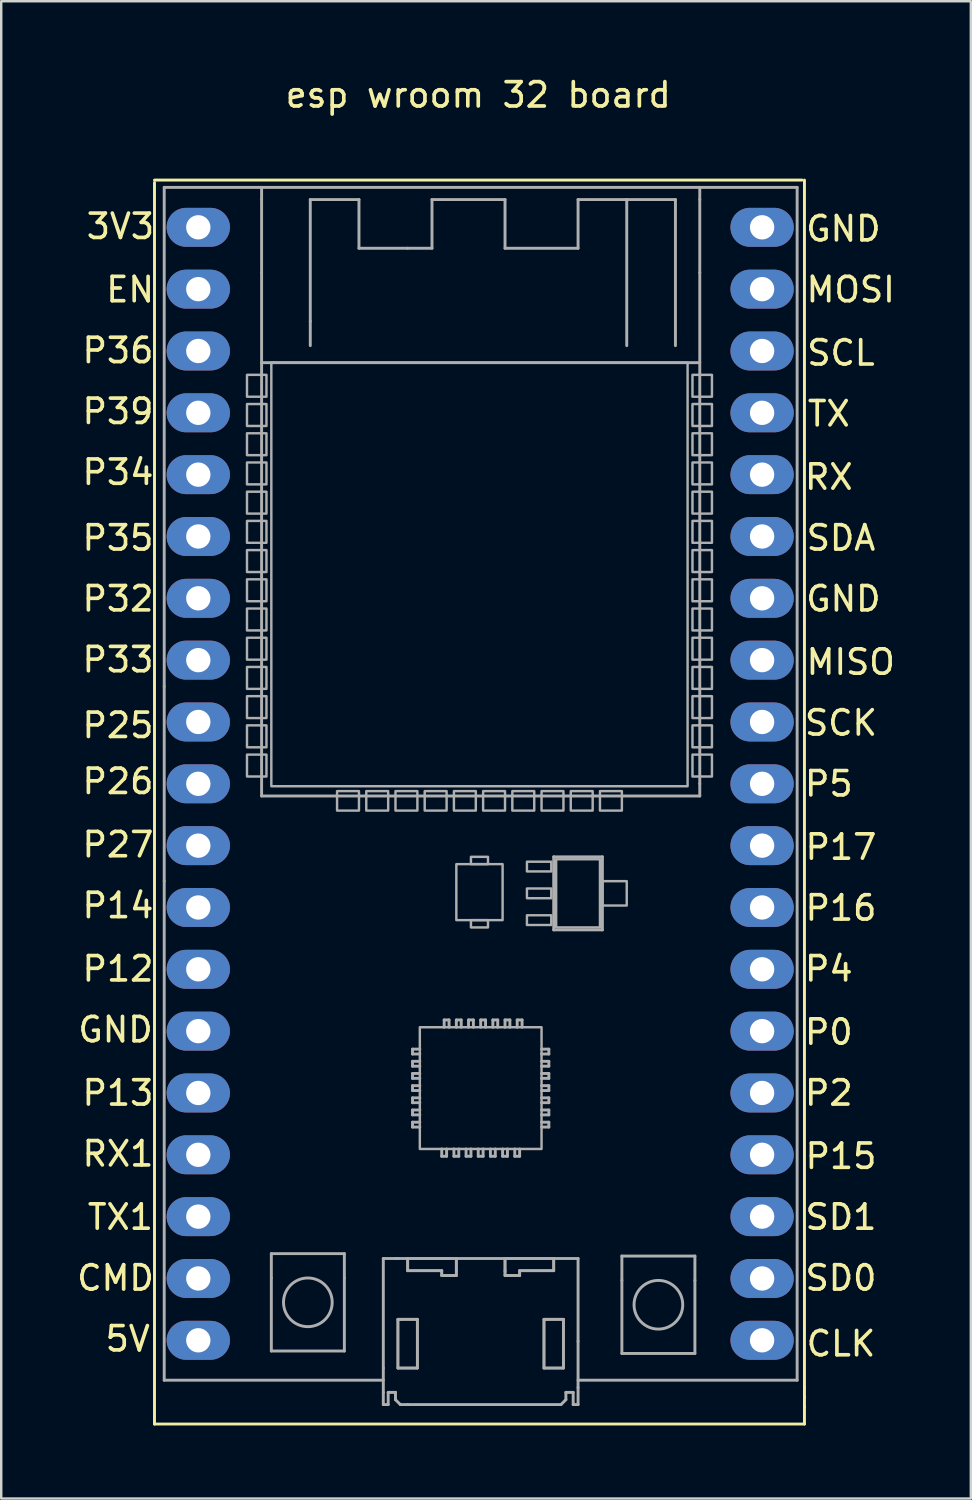
<source format=kicad_pcb>
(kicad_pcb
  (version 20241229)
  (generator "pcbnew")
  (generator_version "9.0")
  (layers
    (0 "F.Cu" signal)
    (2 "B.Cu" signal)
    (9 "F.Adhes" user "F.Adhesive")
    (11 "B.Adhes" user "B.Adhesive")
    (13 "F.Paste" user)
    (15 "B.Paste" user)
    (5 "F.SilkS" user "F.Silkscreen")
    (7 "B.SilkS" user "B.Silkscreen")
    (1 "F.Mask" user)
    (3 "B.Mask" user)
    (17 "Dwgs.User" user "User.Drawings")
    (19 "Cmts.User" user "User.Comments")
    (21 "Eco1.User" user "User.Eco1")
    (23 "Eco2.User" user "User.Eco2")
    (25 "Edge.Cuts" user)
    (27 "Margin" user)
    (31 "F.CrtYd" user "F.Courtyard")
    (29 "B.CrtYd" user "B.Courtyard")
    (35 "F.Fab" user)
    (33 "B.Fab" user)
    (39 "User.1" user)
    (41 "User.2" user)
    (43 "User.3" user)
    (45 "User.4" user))
  (footprint "esp wroom 32 board"
    (layer "F.Cu")
    (at 16.596 28.948)
    (property "Reference" "esp wroom 32 board" (at 0 -28.1 0) (layer "F.SilkS") (effects (font (size 1 1) (thickness 0.15))))
    (attr through_hole)
    (fp_line (start -13.3 -24.6) (end 13.3 -24.6) (stroke (width 0.12) (type solid)) (layer "F.SilkS"))
    (fp_line (start -13.3 26.5) (end -13.3 -24.5) (stroke (width 0.12) (type solid)) (layer "F.SilkS"))
    (fp_line (start 13.4 -24.6) (end 13.4 25) (stroke (width 0.12) (type solid)) (layer "F.SilkS"))
    (fp_line (start 13.4 25) (end 13.4 25.4) (stroke (width 0.12) (type solid)) (layer "F.SilkS"))
    (fp_line (start 13.4 25.4) (end 13.4 25.8) (stroke (width 0.12) (type solid)) (layer "F.SilkS"))
    (fp_line (start 13.4 25.8) (end 13.4 26.5) (stroke (width 0.12) (type solid)) (layer "F.SilkS"))
    (fp_line (start 13.4 26.5) (end -13.3 26.5) (stroke (width 0.12) (type solid)) (layer "F.SilkS"))
    (fp_line (start -13.3 -24.5) (end -13.3 -24.6) (stroke (width 0.12) (type solid)) (layer "B.Paste"))
    (fp_line (start 13.3 -24.6) (end 13.4 -24.6) (stroke (width 0.12) (type solid)) (layer "B.Paste"))
    (fp_line (start -12.9 -24.3) (end -12.9 -3.8) (stroke (width 0.12) (type solid)) (layer "F.Fab"))
    (fp_line (start -12.9 -3.8) (end -12.9 4.2) (stroke (width 0.12) (type solid)) (layer "F.Fab"))
    (fp_line (start -12.9 24.7) (end -12.9 4.2) (stroke (width 0.12) (type solid)) (layer "F.Fab"))
    (fp_line (start -12.9 24.7) (end -3.9 24.7) (stroke (width 0.12) (type solid)) (layer "F.Fab"))
    (fp_line (start -8.9 -23.8) (end -8.9 -24.3) (stroke (width 0.12) (type solid)) (layer "F.Fab"))
    (fp_line (start -8.9 -23.8) (end -8.9 -20.8) (stroke (width 0.12) (type solid)) (layer "F.Fab"))
    (fp_line (start -8.9 -20.8) (end -8.9 -0.8) (stroke (width 0.12) (type solid)) (layer "F.Fab"))
    (fp_line (start -8.9 -0.8) (end -8.9 0.7) (stroke (width 0.12) (type solid)) (layer "F.Fab"))
    (fp_line (start -8.9 0.7) (end 9.1 0.7) (stroke (width 0.12) (type solid)) (layer "F.Fab"))
    (fp_line (start -8.5 19.5) (end -8.5 20.5) (stroke (width 0.12) (type solid)) (layer "F.Fab"))
    (fp_line (start -8.5 19.5) (end -5.5 19.5) (stroke (width 0.12) (type solid)) (layer "F.Fab"))
    (fp_line (start -8.5 23.5) (end -8.5 20.5) (stroke (width 0.12) (type solid)) (layer "F.Fab"))
    (fp_line (start -8.4 -17.1) (end -8.9 -17.1) (stroke (width 0.12) (type solid)) (layer "F.Fab"))
    (fp_line (start -8.4 -17.1) (end 9.1 -17.1) (stroke (width 0.12) (type solid)) (layer "F.Fab"))
    (fp_line (start -6.9 -23.8) (end -4.9 -23.8) (stroke (width 0.12) (type solid)) (layer "F.Fab"))
    (fp_line (start -6.9 -18.8) (end -6.9 -23.8) (stroke (width 0.12) (type solid)) (layer "F.Fab"))
    (fp_line (start -6.9 -18.8) (end -6.9 -17.8) (stroke (width 0.12) (type solid)) (layer "F.Fab"))
    (fp_line (start -5.5 19.5) (end -5.5 20.5) (stroke (width 0.12) (type solid)) (layer "F.Fab"))
    (fp_line (start -5.5 20.5) (end -5.5 23.5) (stroke (width 0.12) (type solid)) (layer "F.Fab"))
    (fp_line (start -5.5 23.5) (end -8.5 23.5) (stroke (width 0.12) (type solid)) (layer "F.Fab"))
    (fp_line (start -4.9 -23.8) (end -4.9 -21.8) (stroke (width 0.12) (type solid)) (layer "F.Fab"))
    (fp_line (start -4.9 -21.8) (end -2.9 -21.8) (stroke (width 0.12) (type solid)) (layer "F.Fab"))
    (fp_line (start -3.9 19.7) (end -3.9 24.2) (stroke (width 0.12) (type solid)) (layer "F.Fab"))
    (fp_line (start -3.9 24.2) (end -3.9 25.2) (stroke (width 0.12) (type solid)) (layer "F.Fab"))
    (fp_line (start -3.9 25.7) (end -3.9 25.2) (stroke (width 0.12) (type solid)) (layer "F.Fab"))
    (fp_line (start -3.9 25.7) (end -3.7 25.7) (stroke (width 0.12) (type solid)) (layer "F.Fab"))
    (fp_line (start -3.7 25.2) (end -3.4 25.2) (stroke (width 0.12) (type solid)) (layer "F.Fab"))
    (fp_line (start -3.7 25.7) (end -3.7 25.2) (stroke (width 0.12) (type solid)) (layer "F.Fab"))
    (fp_line (start -3.4 19.7) (end -3.9 19.7) (stroke (width 0.12) (type solid)) (layer "F.Fab"))
    (fp_line (start -3.4 25.2) (end -3.4 25.5) (stroke (width 0.12) (type solid)) (layer "F.Fab"))
    (fp_line (start -3.4 25.5) (end -3.2 25.7) (stroke (width 0.12) (type solid)) (layer "F.Fab"))
    (fp_line (start -3.3 19.7) (end -3.4 19.7) (stroke (width 0.12) (type solid)) (layer "F.Fab"))
    (fp_line (start -3.3 19.7) (end 4.1 19.7) (stroke (width 0.12) (type solid)) (layer "F.Fab"))
    (fp_line (start -3.3 22.2) (end -3.2 22.2) (stroke (width 0.12) (type solid)) (layer "F.Fab"))
    (fp_line (start -3.3 24.2) (end -3.3 22.2) (stroke (width 0.12) (type solid)) (layer "F.Fab"))
    (fp_line (start -3.2 22.2) (end -2.5 22.2) (stroke (width 0.12) (type solid)) (layer "F.Fab"))
    (fp_line (start -2.9 -21.8) (end -1.9 -21.8) (stroke (width 0.12) (type solid)) (layer "F.Fab"))
    (fp_line (start -2.9 19.7) (end -2.9 20.2) (stroke (width 0.12) (type solid)) (layer "F.Fab"))
    (fp_line (start -2.9 20.2) (end -1.5 20.2) (stroke (width 0.12) (type solid)) (layer "F.Fab"))
    (fp_line (start -2.9 25.7) (end -3.2 25.7) (stroke (width 0.12) (type solid)) (layer "F.Fab"))
    (fp_line (start -2.9 25.7) (end 3.4 25.7) (stroke (width 0.12) (type solid)) (layer "F.Fab"))
    (fp_line (start -2.7 11.3) (end -2.7 11.1) (stroke (width 0.12) (type solid)) (layer "F.Fab"))
    (fp_line (start -2.7 11.8) (end -2.7 11.6) (stroke (width 0.12) (type solid)) (layer "F.Fab"))
    (fp_line (start -2.7 12.3) (end -2.7 12.1) (stroke (width 0.12) (type solid)) (layer "F.Fab"))
    (fp_line (start -2.7 12.8) (end -2.7 12.6) (stroke (width 0.12) (type solid)) (layer "F.Fab"))
    (fp_line (start -2.7 13.3) (end -2.7 13.1) (stroke (width 0.12) (type solid)) (layer "F.Fab"))
    (fp_line (start -2.7 13.8) (end -2.7 13.6) (stroke (width 0.12) (type solid)) (layer "F.Fab"))
    (fp_line (start -2.7 14.3) (end -2.7 14.1) (stroke (width 0.12) (type solid)) (layer "F.Fab"))
    (fp_line (start -2.5 22.2) (end -2.5 24.2) (stroke (width 0.12) (type solid)) (layer "F.Fab"))
    (fp_line (start -2.5 24.2) (end -3.3 24.2) (stroke (width 0.12) (type solid)) (layer "F.Fab"))
    (fp_line (start -2.4 11.1) (end -2.7 11.1) (stroke (width 0.12) (type solid)) (layer "F.Fab"))
    (fp_line (start -2.4 11.3) (end -2.7 11.3) (stroke (width 0.12) (type solid)) (layer "F.Fab"))
    (fp_line (start -2.4 11.6) (end -2.7 11.6) (stroke (width 0.12) (type solid)) (layer "F.Fab"))
    (fp_line (start -2.4 11.8) (end -2.7 11.8) (stroke (width 0.12) (type solid)) (layer "F.Fab"))
    (fp_line (start -2.4 12.1) (end -2.7 12.1) (stroke (width 0.12) (type solid)) (layer "F.Fab"))
    (fp_line (start -2.4 12.3) (end -2.7 12.3) (stroke (width 0.12) (type solid)) (layer "F.Fab"))
    (fp_line (start -2.4 12.6) (end -2.7 12.6) (stroke (width 0.12) (type solid)) (layer "F.Fab"))
    (fp_line (start -2.4 12.8) (end -2.7 12.8) (stroke (width 0.12) (type solid)) (layer "F.Fab"))
    (fp_line (start -2.4 13.1) (end -2.7 13.1) (stroke (width 0.12) (type solid)) (layer "F.Fab"))
    (fp_line (start -2.4 13.3) (end -2.7 13.3) (stroke (width 0.12) (type solid)) (layer "F.Fab"))
    (fp_line (start -2.4 13.6) (end -2.7 13.6) (stroke (width 0.12) (type solid)) (layer "F.Fab"))
    (fp_line (start -2.4 13.8) (end -2.7 13.8) (stroke (width 0.12) (type solid)) (layer "F.Fab"))
    (fp_line (start -2.4 14.1) (end -2.7 14.1) (stroke (width 0.12) (type solid)) (layer "F.Fab"))
    (fp_line (start -2.4 14.3) (end -2.7 14.3) (stroke (width 0.12) (type solid)) (layer "F.Fab"))
    (fp_line (start -1.9 -23.8) (end 1.1 -23.8) (stroke (width 0.12) (type solid)) (layer "F.Fab"))
    (fp_line (start -1.9 -21.8) (end -1.9 -23.8) (stroke (width 0.12) (type solid)) (layer "F.Fab"))
    (fp_line (start -1.5 15.2) (end -1.5 15.5) (stroke (width 0.12) (type solid)) (layer "F.Fab"))
    (fp_line (start -1.5 20.2) (end -1.5 20.4) (stroke (width 0.12) (type solid)) (layer "F.Fab"))
    (fp_line (start -1.5 20.4) (end -0.9 20.4) (stroke (width 0.12) (type solid)) (layer "F.Fab"))
    (fp_line (start -1.4 9.9) (end -1.2 9.9) (stroke (width 0.12) (type solid)) (layer "F.Fab"))
    (fp_line (start -1.4 10.2) (end -1.4 9.9) (stroke (width 0.12) (type solid)) (layer "F.Fab"))
    (fp_line (start -1.3 15.2) (end -1.3 15.5) (stroke (width 0.12) (type solid)) (layer "F.Fab"))
    (fp_line (start -1.3 15.5) (end -1.5 15.5) (stroke (width 0.12) (type solid)) (layer "F.Fab"))
    (fp_line (start -1.2 10.2) (end -1.2 9.9) (stroke (width 0.12) (type solid)) (layer "F.Fab"))
    (fp_line (start -1 15.2) (end -1 15.5) (stroke (width 0.12) (type solid)) (layer "F.Fab"))
    (fp_line (start -0.9 9.9) (end -0.7 9.9) (stroke (width 0.12) (type solid)) (layer "F.Fab"))
    (fp_line (start -0.9 10.2) (end -0.9 9.9) (stroke (width 0.12) (type solid)) (layer "F.Fab"))
    (fp_line (start -0.9 20.2) (end -0.9 19.7) (stroke (width 0.12) (type solid)) (layer "F.Fab"))
    (fp_line (start -0.9 20.4) (end -0.9 20.2) (stroke (width 0.12) (type solid)) (layer "F.Fab"))
    (fp_line (start -0.8 15.2) (end -0.8 15.5) (stroke (width 0.12) (type solid)) (layer "F.Fab"))
    (fp_line (start -0.8 15.5) (end -1 15.5) (stroke (width 0.12) (type solid)) (layer "F.Fab"))
    (fp_line (start -0.7 10.2) (end -0.7 9.9) (stroke (width 0.12) (type solid)) (layer "F.Fab"))
    (fp_line (start -0.5 15.2) (end -0.5 15.5) (stroke (width 0.12) (type solid)) (layer "F.Fab"))
    (fp_line (start -0.4 9.9) (end -0.2 9.9) (stroke (width 0.12) (type solid)) (layer "F.Fab"))
    (fp_line (start -0.4 10.2) (end -0.4 9.9) (stroke (width 0.12) (type solid)) (layer "F.Fab"))
    (fp_line (start -0.3 15.2) (end -0.3 15.5) (stroke (width 0.12) (type solid)) (layer "F.Fab"))
    (fp_line (start -0.3 15.5) (end -0.5 15.5) (stroke (width 0.12) (type solid)) (layer "F.Fab"))
    (fp_line (start -0.2 10.2) (end -0.2 9.9) (stroke (width 0.12) (type solid)) (layer "F.Fab"))
    (fp_line (start 0 15.2) (end 0 15.5) (stroke (width 0.12) (type solid)) (layer "F.Fab"))
    (fp_line (start 0.1 9.9) (end 0.3 9.9) (stroke (width 0.12) (type solid)) (layer "F.Fab"))
    (fp_line (start 0.1 10.2) (end 0.1 9.9) (stroke (width 0.12) (type solid)) (layer "F.Fab"))
    (fp_line (start 0.2 15.2) (end 0.2 15.5) (stroke (width 0.12) (type solid)) (layer "F.Fab"))
    (fp_line (start 0.2 15.5) (end 0 15.5) (stroke (width 0.12) (type solid)) (layer "F.Fab"))
    (fp_line (start 0.3 10.2) (end 0.3 9.9) (stroke (width 0.12) (type solid)) (layer "F.Fab"))
    (fp_line (start 0.5 15.2) (end 0.5 15.5) (stroke (width 0.12) (type solid)) (layer "F.Fab"))
    (fp_line (start 0.6 9.9) (end 0.8 9.9) (stroke (width 0.12) (type solid)) (layer "F.Fab"))
    (fp_line (start 0.6 10.2) (end 0.6 9.9) (stroke (width 0.12) (type solid)) (layer "F.Fab"))
    (fp_line (start 0.7 15.2) (end 0.7 15.5) (stroke (width 0.12) (type solid)) (layer "F.Fab"))
    (fp_line (start 0.7 15.5) (end 0.5 15.5) (stroke (width 0.12) (type solid)) (layer "F.Fab"))
    (fp_line (start 0.8 10.2) (end 0.8 9.9) (stroke (width 0.12) (type solid)) (layer "F.Fab"))
    (fp_line (start 1 15.2) (end 1 15.5) (stroke (width 0.12) (type solid)) (layer "F.Fab"))
    (fp_line (start 1.1 -23.8) (end 1.1 -21.8) (stroke (width 0.12) (type solid)) (layer "F.Fab"))
    (fp_line (start 1.1 -21.8) (end 4.1 -21.8) (stroke (width 0.12) (type solid)) (layer "F.Fab"))
    (fp_line (start 1.1 9.9) (end 1.3 9.9) (stroke (width 0.12) (type solid)) (layer "F.Fab"))
    (fp_line (start 1.1 10.2) (end 1.1 9.9) (stroke (width 0.12) (type solid)) (layer "F.Fab"))
    (fp_line (start 1.1 19.7) (end 1.1 20.2) (stroke (width 0.12) (type solid)) (layer "F.Fab"))
    (fp_line (start 1.1 20.2) (end 1.1 20.4) (stroke (width 0.12) (type solid)) (layer "F.Fab"))
    (fp_line (start 1.1 20.4) (end 1.7 20.4) (stroke (width 0.12) (type solid)) (layer "F.Fab"))
    (fp_line (start 1.2 15.2) (end 1.2 15.5) (stroke (width 0.12) (type solid)) (layer "F.Fab"))
    (fp_line (start 1.2 15.5) (end 1 15.5) (stroke (width 0.12) (type solid)) (layer "F.Fab"))
    (fp_line (start 1.3 10.2) (end 1.3 9.9) (stroke (width 0.12) (type solid)) (layer "F.Fab"))
    (fp_line (start 1.5 15.2) (end 1.5 15.5) (stroke (width 0.12) (type solid)) (layer "F.Fab"))
    (fp_line (start 1.6 9.9) (end 1.8 9.9) (stroke (width 0.12) (type solid)) (layer "F.Fab"))
    (fp_line (start 1.6 10.2) (end 1.6 9.9) (stroke (width 0.12) (type solid)) (layer "F.Fab"))
    (fp_line (start 1.7 15.2) (end 1.7 15.5) (stroke (width 0.12) (type solid)) (layer "F.Fab"))
    (fp_line (start 1.7 15.5) (end 1.5 15.5) (stroke (width 0.12) (type solid)) (layer "F.Fab"))
    (fp_line (start 1.7 20.2) (end 3.1 20.2) (stroke (width 0.12) (type solid)) (layer "F.Fab"))
    (fp_line (start 1.7 20.4) (end 1.7 20.2) (stroke (width 0.12) (type solid)) (layer "F.Fab"))
    (fp_line (start 1.8 10.2) (end 1.8 9.9) (stroke (width 0.12) (type solid)) (layer "F.Fab"))
    (fp_line (start 2.6 11.1) (end 2.9 11.1) (stroke (width 0.12) (type solid)) (layer "F.Fab"))
    (fp_line (start 2.6 11.3) (end 2.9 11.3) (stroke (width 0.12) (type solid)) (layer "F.Fab"))
    (fp_line (start 2.6 11.6) (end 2.9 11.6) (stroke (width 0.12) (type solid)) (layer "F.Fab"))
    (fp_line (start 2.6 11.8) (end 2.9 11.8) (stroke (width 0.12) (type solid)) (layer "F.Fab"))
    (fp_line (start 2.6 12.1) (end 2.9 12.1) (stroke (width 0.12) (type solid)) (layer "F.Fab"))
    (fp_line (start 2.6 12.3) (end 2.9 12.3) (stroke (width 0.12) (type solid)) (layer "F.Fab"))
    (fp_line (start 2.6 12.6) (end 2.9 12.6) (stroke (width 0.12) (type solid)) (layer "F.Fab"))
    (fp_line (start 2.6 12.8) (end 2.9 12.8) (stroke (width 0.12) (type solid)) (layer "F.Fab"))
    (fp_line (start 2.6 13.1) (end 2.9 13.1) (stroke (width 0.12) (type solid)) (layer "F.Fab"))
    (fp_line (start 2.6 13.3) (end 2.9 13.3) (stroke (width 0.12) (type solid)) (layer "F.Fab"))
    (fp_line (start 2.6 13.6) (end 2.9 13.6) (stroke (width 0.12) (type solid)) (layer "F.Fab"))
    (fp_line (start 2.6 13.8) (end 2.9 13.8) (stroke (width 0.12) (type solid)) (layer "F.Fab"))
    (fp_line (start 2.6 14.1) (end 2.9 14.1) (stroke (width 0.12) (type solid)) (layer "F.Fab"))
    (fp_line (start 2.6 14.3) (end 2.9 14.3) (stroke (width 0.12) (type solid)) (layer "F.Fab"))
    (fp_line (start 2.7 22.2) (end 2.8 22.2) (stroke (width 0.12) (type solid)) (layer "F.Fab"))
    (fp_line (start 2.7 24.2) (end 2.7 22.2) (stroke (width 0.12) (type solid)) (layer "F.Fab"))
    (fp_line (start 2.8 22.2) (end 3.5 22.2) (stroke (width 0.12) (type solid)) (layer "F.Fab"))
    (fp_line (start 2.9 11.1) (end 2.9 11.3) (stroke (width 0.12) (type solid)) (layer "F.Fab"))
    (fp_line (start 2.9 11.6) (end 2.9 11.8) (stroke (width 0.12) (type solid)) (layer "F.Fab"))
    (fp_line (start 2.9 12.1) (end 2.9 12.3) (stroke (width 0.12) (type solid)) (layer "F.Fab"))
    (fp_line (start 2.9 12.6) (end 2.9 12.8) (stroke (width 0.12) (type solid)) (layer "F.Fab"))
    (fp_line (start 2.9 13.1) (end 2.9 13.3) (stroke (width 0.12) (type solid)) (layer "F.Fab"))
    (fp_line (start 2.9 13.6) (end 2.9 13.8) (stroke (width 0.12) (type solid)) (layer "F.Fab"))
    (fp_line (start 2.9 14.1) (end 2.9 14.3) (stroke (width 0.12) (type solid)) (layer "F.Fab"))
    (fp_line (start 3.1 3.2) (end 5.1 3.2) (stroke (width 0.12) (type solid)) (layer "F.Fab"))
    (fp_line (start 3.1 6.2) (end 3.1 3.2) (stroke (width 0.12) (type solid)) (layer "F.Fab"))
    (fp_line (start 3.1 20.2) (end 3.1 19.7) (stroke (width 0.12) (type solid)) (layer "F.Fab"))
    (fp_line (start 3.5 22.2) (end 3.5 24.2) (stroke (width 0.12) (type solid)) (layer "F.Fab"))
    (fp_line (start 3.5 24.2) (end 2.7 24.2) (stroke (width 0.12) (type solid)) (layer "F.Fab"))
    (fp_line (start 3.6 25.2) (end 3.6 25.5) (stroke (width 0.12) (type solid)) (layer "F.Fab"))
    (fp_line (start 3.6 25.5) (end 3.4 25.7) (stroke (width 0.12) (type solid)) (layer "F.Fab"))
    (fp_line (start 3.9 25.2) (end 3.6 25.2) (stroke (width 0.12) (type solid)) (layer "F.Fab"))
    (fp_line (start 3.9 25.7) (end 3.9 25.2) (stroke (width 0.12) (type solid)) (layer "F.Fab"))
    (fp_line (start 4.1 -23.8) (end 6.1 -23.8) (stroke (width 0.12) (type solid)) (layer "F.Fab"))
    (fp_line (start 4.1 -21.8) (end 4.1 -23.8) (stroke (width 0.12) (type solid)) (layer "F.Fab"))
    (fp_line (start 4.1 19.7) (end 4.1 23.1) (stroke (width 0.12) (type solid)) (layer "F.Fab"))
    (fp_line (start 4.1 23.1) (end 4.1 25) (stroke (width 0.12) (type solid)) (layer "F.Fab"))
    (fp_line (start 4.1 25.7) (end 3.9 25.7) (stroke (width 0.12) (type solid)) (layer "F.Fab"))
    (fp_line (start 4.1 25.7) (end 4.1 25) (stroke (width 0.12) (type solid)) (layer "F.Fab"))
    (fp_line (start 5.1 3.2) (end 5.1 6.2) (stroke (width 0.12) (type solid)) (layer "F.Fab"))
    (fp_line (start 5.1 6.2) (end 3.1 6.2) (stroke (width 0.12) (type solid)) (layer "F.Fab"))
    (fp_line (start 5.9 19.6) (end 5.9 20.6) (stroke (width 0.12) (type solid)) (layer "F.Fab"))
    (fp_line (start 5.9 19.6) (end 8.9 19.6) (stroke (width 0.12) (type solid)) (layer "F.Fab"))
    (fp_line (start 5.9 23.6) (end 5.9 20.6) (stroke (width 0.12) (type solid)) (layer "F.Fab"))
    (fp_line (start 6.1 -23.8) (end 6.1 -17.8) (stroke (width 0.12) (type solid)) (layer "F.Fab"))
    (fp_line (start 6.1 -23.8) (end 8.1 -23.8) (stroke (width 0.12) (type solid)) (layer "F.Fab"))
    (fp_line (start 8.1 -23.8) (end 8.1 -17.8) (stroke (width 0.12) (type solid)) (layer "F.Fab"))
    (fp_line (start 8.9 19.6) (end 8.9 20.6) (stroke (width 0.12) (type solid)) (layer "F.Fab"))
    (fp_line (start 8.9 20.6) (end 8.9 23.6) (stroke (width 0.12) (type solid)) (layer "F.Fab"))
    (fp_line (start 8.9 23.6) (end 5.9 23.6) (stroke (width 0.12) (type solid)) (layer "F.Fab"))
    (fp_line (start 9.1 -24.3) (end 9.1 -23.8) (stroke (width 0.12) (type solid)) (layer "F.Fab"))
    (fp_line (start 9.1 -23.8) (end 9.1 -20.8) (stroke (width 0.12) (type solid)) (layer "F.Fab"))
    (fp_line (start 9.1 -20.8) (end 9.1 0.2) (stroke (width 0.12) (type solid)) (layer "F.Fab"))
    (fp_line (start 9.1 0.2) (end 9.1 0.7) (stroke (width 0.12) (type solid)) (layer "F.Fab"))
    (fp_line (start 13.1 -24.3) (end -12.9 -24.3) (stroke (width 0.12) (type solid)) (layer "F.Fab"))
    (fp_line (start 13.1 24.7) (end 4.1 24.7) (stroke (width 0.12) (type solid)) (layer "F.Fab"))
    (fp_line (start 13.1 24.7) (end 13.1 -24.3) (stroke (width 0.12) (type solid)) (layer "F.Fab"))
    (fp_circle (center -7 21.5) (end -7 22.5) (stroke (width 0.12) (type solid)) (fill no) (layer "F.Fab"))
    (fp_circle (center 7.4 21.6) (end 7.4 22.6) (stroke (width 0.12) (type solid)) (fill no) (layer "F.Fab"))
    (fp_poly (pts (xy -8.7 -15.7) (xy -9.5 -15.7) (xy -9.5 -16.6) (xy -8.7 -16.6)) (stroke (width 0.1) (type solid)) (fill no) (layer "F.Fab"))
    (fp_poly (pts (xy -8.7 -14.5) (xy -9.5 -14.5) (xy -9.5 -15.4) (xy -8.7 -15.4)) (stroke (width 0.1) (type solid)) (fill no) (layer "F.Fab"))
    (fp_poly (pts (xy -8.7 -13.3) (xy -9.5 -13.3) (xy -9.5 -14.2) (xy -8.7 -14.2)) (stroke (width 0.1) (type solid)) (fill no) (layer "F.Fab"))
    (fp_poly (pts (xy -8.7 -12.1) (xy -9.5 -12.1) (xy -9.5 -13) (xy -8.7 -13)) (stroke (width 0.1) (type solid)) (fill no) (layer "F.Fab"))
    (fp_poly (pts (xy -8.7 -10.9) (xy -9.5 -10.9) (xy -9.5 -11.8) (xy -8.7 -11.8)) (stroke (width 0.1) (type solid)) (fill no) (layer "F.Fab"))
    (fp_poly (pts (xy -8.7 -9.7) (xy -9.5 -9.7) (xy -9.5 -10.6) (xy -8.7 -10.6)) (stroke (width 0.1) (type solid)) (fill no) (layer "F.Fab"))
    (fp_poly (pts (xy -8.7 -8.5) (xy -9.5 -8.5) (xy -9.5 -9.4) (xy -8.7 -9.4)) (stroke (width 0.1) (type solid)) (fill no) (layer "F.Fab"))
    (fp_poly (pts (xy -8.7 -7.3) (xy -9.5 -7.3) (xy -9.5 -8.2) (xy -8.7 -8.2)) (stroke (width 0.1) (type solid)) (fill no) (layer "F.Fab"))
    (fp_poly (pts (xy -8.7 -6.1) (xy -9.5 -6.1) (xy -9.5 -7) (xy -8.7 -7)) (stroke (width 0.1) (type solid)) (fill no) (layer "F.Fab"))
    (fp_poly (pts (xy -8.7 -4.9) (xy -9.5 -4.9) (xy -9.5 -5.8) (xy -8.7 -5.8)) (stroke (width 0.1) (type solid)) (fill no) (layer "F.Fab"))
    (fp_poly (pts (xy -8.7 -3.7) (xy -9.5 -3.7) (xy -9.5 -4.6) (xy -8.7 -4.6)) (stroke (width 0.1) (type solid)) (fill no) (layer "F.Fab"))
    (fp_poly (pts (xy -8.7 -2.5) (xy -9.5 -2.5) (xy -9.5 -3.4) (xy -8.7 -3.4)) (stroke (width 0.1) (type solid)) (fill no) (layer "F.Fab"))
    (fp_poly (pts (xy -8.7 -1.3) (xy -9.5 -1.3) (xy -9.5 -2.2) (xy -8.7 -2.2)) (stroke (width 0.1) (type solid)) (fill no) (layer "F.Fab"))
    (fp_poly (pts (xy -8.7 -0.1) (xy -9.5 -0.1) (xy -9.5 -1) (xy -8.7 -1)) (stroke (width 0.1) (type solid)) (fill no) (layer "F.Fab"))
    (fp_poly (pts (xy -4.9 0.5) (xy -4.9 1.3) (xy -5.8 1.3) (xy -5.8 0.5)) (stroke (width 0.1) (type solid)) (fill no) (layer "F.Fab"))
    (fp_poly (pts (xy -3.7 0.5) (xy -3.7 1.3) (xy -4.6 1.3) (xy -4.6 0.5)) (stroke (width 0.1) (type solid)) (fill no) (layer "F.Fab"))
    (fp_poly (pts (xy -2.5 0.5) (xy -2.5 1.3) (xy -3.4 1.3) (xy -3.4 0.5)) (stroke (width 0.1) (type solid)) (fill no) (layer "F.Fab"))
    (fp_poly (pts (xy -2.5 24.2) (xy -3.3 24.2) (xy -3.3 22.2) (xy -2.5 22.2)) (stroke (width 0.1) (type solid)) (fill no) (layer "F.Fab"))
    (fp_poly (pts (xy -1.3 0.5) (xy -1.3 1.3) (xy -2.2 1.3) (xy -2.2 0.5)) (stroke (width 0.1) (type solid)) (fill no) (layer "F.Fab"))
    (fp_poly (pts (xy -0.1 0.5) (xy -0.1 1.3) (xy -1 1.3) (xy -1 0.5)) (stroke (width 0.1) (type solid)) (fill no) (layer "F.Fab"))
    (fp_poly (pts (xy 0.4 3.5) (xy -0.3 3.5) (xy -0.3 3.2) (xy 0.4 3.2)) (stroke (width 0.1) (type solid)) (fill no) (layer "F.Fab"))
    (fp_poly (pts (xy 0.4 6.1) (xy -0.3 6.1) (xy -0.3 5.8) (xy 0.4 5.8)) (stroke (width 0.1) (type solid)) (fill no) (layer "F.Fab"))
    (fp_poly (pts (xy 1 5.8) (xy -0.9 5.8) (xy -0.9 3.5) (xy 1 3.5)) (stroke (width 0.1) (type solid)) (fill no) (layer "F.Fab"))
    (fp_poly (pts (xy 1.1 0.5) (xy 1.1 1.3) (xy 0.2 1.3) (xy 0.2 0.5)) (stroke (width 0.1) (type solid)) (fill no) (layer "F.Fab"))
    (fp_poly (pts (xy 2.3 0.5) (xy 2.3 1.3) (xy 1.4 1.3) (xy 1.4 0.5)) (stroke (width 0.1) (type solid)) (fill no) (layer "F.Fab"))
    (fp_poly (pts (xy 2.6 15.2) (xy -2.4 15.2) (xy -2.4 10.2) (xy 2.6 10.2)) (stroke (width 0.1) (type solid)) (fill no) (layer "F.Fab"))
    (fp_poly (pts (xy 3 3.8) (xy 2 3.8) (xy 2 3.4) (xy 3 3.4)) (stroke (width 0.1) (type solid)) (fill no) (layer "F.Fab"))
    (fp_poly (pts (xy 3 4.9) (xy 2 4.9) (xy 2 4.5) (xy 3 4.5)) (stroke (width 0.1) (type solid)) (fill no) (layer "F.Fab"))
    (fp_poly (pts (xy 3 6) (xy 2 6) (xy 2 5.6) (xy 3 5.6)) (stroke (width 0.1) (type solid)) (fill no) (layer "F.Fab"))
    (fp_poly (pts (xy 3.5 0.5) (xy 3.5 1.3) (xy 2.6 1.3) (xy 2.6 0.5)) (stroke (width 0.1) (type solid)) (fill no) (layer "F.Fab"))
    (fp_poly (pts (xy 3.5 24.2) (xy 2.7 24.2) (xy 2.7 22.2) (xy 3.5 22.2)) (stroke (width 0.1) (type solid)) (fill no) (layer "F.Fab"))
    (fp_poly (pts (xy 4.7 0.5) (xy 4.7 1.3) (xy 3.8 1.3) (xy 3.8 0.5)) (stroke (width 0.1) (type solid)) (fill no) (layer "F.Fab"))
    (fp_poly (pts (xy 5 6.1) (xy 3.2 6.1) (xy 3.2 3.3) (xy 5 3.3)) (stroke (width 0.1) (type solid)) (fill no) (layer "F.Fab"))
    (fp_poly (pts (xy 5.9 0.5) (xy 5.9 1.3) (xy 5 1.3) (xy 5 0.5)) (stroke (width 0.1) (type solid)) (fill no) (layer "F.Fab"))
    (fp_poly (pts (xy 6.1 5.2) (xy 5.1 5.2) (xy 5.1 4.2) (xy 6.1 4.2)) (stroke (width 0.1) (type solid)) (fill no) (layer "F.Fab"))
    (fp_poly (pts (xy 8.6 0.3) (xy -8.5 0.3) (xy -8.5 -17.1) (xy 8.6 -17.1)) (stroke (width 0.1) (type solid)) (fill no) (layer "F.Fab"))
    (fp_poly (pts (xy 9.6 -15.7) (xy 8.8 -15.7) (xy 8.8 -16.6) (xy 9.6 -16.6)) (stroke (width 0.1) (type solid)) (fill no) (layer "F.Fab"))
    (fp_poly (pts (xy 9.6 -14.5) (xy 8.8 -14.5) (xy 8.8 -15.4) (xy 9.6 -15.4)) (stroke (width 0.1) (type solid)) (fill no) (layer "F.Fab"))
    (fp_poly (pts (xy 9.6 -13.3) (xy 8.8 -13.3) (xy 8.8 -14.2) (xy 9.6 -14.2)) (stroke (width 0.1) (type solid)) (fill no) (layer "F.Fab"))
    (fp_poly (pts (xy 9.6 -12.1) (xy 8.8 -12.1) (xy 8.8 -13) (xy 9.6 -13)) (stroke (width 0.1) (type solid)) (fill no) (layer "F.Fab"))
    (fp_poly (pts (xy 9.6 -10.9) (xy 8.8 -10.9) (xy 8.8 -11.8) (xy 9.6 -11.8)) (stroke (width 0.1) (type solid)) (fill no) (layer "F.Fab"))
    (fp_poly (pts (xy 9.6 -9.7) (xy 8.8 -9.7) (xy 8.8 -10.6) (xy 9.6 -10.6)) (stroke (width 0.1) (type solid)) (fill no) (layer "F.Fab"))
    (fp_poly (pts (xy 9.6 -8.5) (xy 8.8 -8.5) (xy 8.8 -9.4) (xy 9.6 -9.4)) (stroke (width 0.1) (type solid)) (fill no) (layer "F.Fab"))
    (fp_poly (pts (xy 9.6 -7.3) (xy 8.8 -7.3) (xy 8.8 -8.2) (xy 9.6 -8.2)) (stroke (width 0.1) (type solid)) (fill no) (layer "F.Fab"))
    (fp_poly (pts (xy 9.6 -6.1) (xy 8.8 -6.1) (xy 8.8 -7) (xy 9.6 -7)) (stroke (width 0.1) (type solid)) (fill no) (layer "F.Fab"))
    (fp_poly (pts (xy 9.6 -4.9) (xy 8.8 -4.9) (xy 8.8 -5.8) (xy 9.6 -5.8)) (stroke (width 0.1) (type solid)) (fill no) (layer "F.Fab"))
    (fp_poly (pts (xy 9.6 -3.7) (xy 8.8 -3.7) (xy 8.8 -4.6) (xy 9.6 -4.6)) (stroke (width 0.1) (type solid)) (fill no) (layer "F.Fab"))
    (fp_poly (pts (xy 9.6 -2.5) (xy 8.8 -2.5) (xy 8.8 -3.4) (xy 9.6 -3.4)) (stroke (width 0.1) (type solid)) (fill no) (layer "F.Fab"))
    (fp_poly (pts (xy 9.6 -1.3) (xy 8.8 -1.3) (xy 8.8 -2.2) (xy 9.6 -2.2)) (stroke (width 0.1) (type solid)) (fill no) (layer "F.Fab"))
    (fp_poly (pts (xy 9.6 -0.1) (xy 8.8 -0.1) (xy 8.8 -1) (xy 9.6 -1)) (stroke (width 0.1) (type solid)) (fill no) (layer "F.Fab"))
    (fp_poly (pts (xy -0.9 20.4) (xy -1.5 20.4) (xy -1.5 20.2) (xy -2.9 20.2) (xy -2.9 19.7) (xy -0.9 19.7)) (stroke (width 0.1) (type solid)) (fill no) (layer "F.Fab"))
    (fp_poly (pts (xy 3.1 20.2) (xy 1.7 20.2) (xy 1.7 20.4) (xy 1.1 20.4) (xy 1.1 19.7) (xy 3.1 19.7)) (stroke (width 0.1) (type solid)) (fill no) (layer "F.Fab"))
    (fp_text user "RX1" (at -14.8 15.4 0) (layer "F.SilkS") (effects (font (size 1 1) (thickness 0.15))))
    (fp_text user "SCL" (at 14.9 -17.5 0) (layer "F.SilkS") (effects (font (size 1 1) (thickness 0.15))))
    (fp_text user "P26" (at -14.8 0.1 0) (layer "F.SilkS") (effects (font (size 1 1) (thickness 0.15))))
    (fp_text user "GND" (at -14.9 10.3 0) (layer "F.SilkS") (effects (font (size 1 1) (thickness 0.15))))
    (fp_text user "SDA" (at 14.9 -9.9 0) (layer "F.SilkS") (effects (font (size 1 1) (thickness 0.15))))
    (fp_text user "P16" (at 14.9 5.3 0) (layer "F.SilkS") (effects (font (size 1 1) (thickness 0.15))))
    (fp_text user "TX" (at 14.4 -15 0) (layer "F.SilkS") (effects (font (size 1 1) (thickness 0.15))))
    (fp_text user "GND" (at 15 -22.6 0) (layer "F.SilkS") (effects (font (size 1 1) (thickness 0.15))))
    (fp_text user "RX" (at 14.4 -12.4 0) (layer "F.SilkS") (effects (font (size 1 1) (thickness 0.15))))
    (fp_text user "P36" (at -14.8 -17.6 0) (layer "F.SilkS") (effects (font (size 1 1) (thickness 0.15))))
    (fp_text user "SD0" (at 14.9 20.5 0) (layer "F.SilkS") (effects (font (size 1 1) (thickness 0.15))))
    (fp_text user "MOSI" (at 15.3 -20.1 0) (layer "F.SilkS") (effects (font (size 1 1) (thickness 0.15))))
    (fp_text user "P39" (at -14.8 -15.1 0) (layer "F.SilkS") (effects (font (size 1 1) (thickness 0.15))))
    (fp_text user "P35" (at -14.8 -9.9 0) (layer "F.SilkS") (effects (font (size 1 1) (thickness 0.15))))
    (fp_text user "GND" (at 15 -7.4 0) (layer "F.SilkS") (effects (font (size 1 1) (thickness 0.15))))
    (fp_text user "SCK" (at 14.9 -2.3 0) (layer "F.SilkS") (effects (font (size 1 1) (thickness 0.15))))
    (fp_text user "3V3" (at -14.7 -22.7 180) (layer "F.SilkS") (effects (font (size 1 1) (thickness 0.15))))
    (fp_text user "EN" (at -14.3 -20.1 0) (layer "F.SilkS") (effects (font (size 1 1) (thickness 0.15))))
    (fp_text user "P0" (at 14.4 10.4 0) (layer "F.SilkS") (effects (font (size 1 1) (thickness 0.15))))
    (fp_text user "P13" (at -14.8 12.9 0) (layer "F.SilkS") (effects (font (size 1 1) (thickness 0.15))))
    (fp_text user "P33" (at -14.8 -4.9 0) (layer "F.SilkS") (effects (font (size 1 1) (thickness 0.15))))
    (fp_text user "P5" (at 14.4 0.2 0) (layer "F.SilkS") (effects (font (size 1 1) (thickness 0.15))))
    (fp_text user "CMD" (at -14.9 20.5 0) (layer "F.SilkS") (effects (font (size 1 1) (thickness 0.15))))
    (fp_text user "MISO" (at 15.3 -4.8 0) (layer "F.SilkS") (effects (font (size 1 1) (thickness 0.15))))
    (fp_text user "5V" (at -14.4 23 0) (layer "F.SilkS") (effects (font (size 1 1) (thickness 0.15))))
    (fp_text user "P32" (at -14.8 -7.4 0) (layer "F.SilkS") (effects (font (size 1 1) (thickness 0.15))))
    (fp_text user "P27" (at -14.8 2.7 0) (layer "F.SilkS") (effects (font (size 1 1) (thickness 0.15))))
    (fp_text user "CLK" (at 14.9 23.2 0) (layer "F.SilkS") (effects (font (size 1 1) (thickness 0.15))))
    (fp_text user "TX1" (at -14.7 18 0) (layer "F.SilkS") (effects (font (size 1 1) (thickness 0.15))))
    (fp_text user "P4" (at 14.4 7.8 0) (layer "F.SilkS") (effects (font (size 1 1) (thickness 0.15))))
    (fp_text user "P25" (at -14.8 -2.2 0) (layer "F.SilkS") (effects (font (size 1 1) (thickness 0.15))))
    (fp_text user "P17" (at 14.9 2.8 0) (layer "F.SilkS") (effects (font (size 1 1) (thickness 0.15))))
    (fp_text user "P2" (at 14.4 12.9 0) (layer "F.SilkS") (effects (font (size 1 1) (thickness 0.15))))
    (fp_text user "SD1" (at 14.9 18 0) (layer "F.SilkS") (effects (font (size 1 1) (thickness 0.15))))
    (fp_text user "P15" (at 14.9 15.5 0) (layer "F.SilkS") (effects (font (size 1 1) (thickness 0.15))))
    (fp_text user "P34" (at -14.8 -12.6 0) (layer "F.SilkS") (effects (font (size 1 1) (thickness 0.15))))
    (fp_text user "P14" (at -14.8 5.2 0) (layer "F.SilkS") (effects (font (size 1 1) (thickness 0.15))))
    (fp_text user "P12" (at -14.8 7.8 0) (layer "F.SilkS") (effects (font (size 1 1) (thickness 0.15))))
    (pad "1" thru_hole oval (at -11.5 -22.66) (size 2.6 1.6) (drill 1) (layers "*.Cu" "*.Mask"))
    (pad "2" thru_hole oval (at -11.5 -20.12) (size 2.6 1.6) (drill 1) (layers "*.Cu" "*.Mask"))
    (pad "3" thru_hole oval (at -11.5 -17.58) (size 2.6 1.6) (drill 1) (layers "*.Cu" "*.Mask"))
    (pad "4" thru_hole oval (at -11.5 -15.04) (size 2.6 1.6) (drill 1) (layers "*.Cu" "*.Mask"))
    (pad "5" thru_hole oval (at -11.5 -12.5) (size 2.6 1.6) (drill 1) (layers "*.Cu" "*.Mask"))
    (pad "6" thru_hole oval (at -11.5 -9.96) (size 2.6 1.6) (drill 1) (layers "*.Cu" "*.Mask"))
    (pad "7" thru_hole oval (at -11.5 -7.42) (size 2.6 1.6) (drill 1) (layers "*.Cu" "*.Mask"))
    (pad "8" thru_hole oval (at -11.5 -4.88) (size 2.6 1.6) (drill 1) (layers "*.Cu" "*.Mask"))
    (pad "9" thru_hole oval (at -11.5 -2.34) (size 2.6 1.6) (drill 1) (layers "*.Cu" "*.Mask"))
    (pad "10" thru_hole oval (at -11.5 0.2) (size 2.6 1.6) (drill 1) (layers "*.Cu" "*.Mask"))
    (pad "11" thru_hole oval (at -11.5 2.74) (size 2.6 1.6) (drill 1) (layers "*.Cu" "*.Mask"))
    (pad "12" thru_hole oval (at -11.5 5.28) (size 2.6 1.6) (drill 1) (layers "*.Cu" "*.Mask"))
    (pad "13" thru_hole oval (at -11.5 7.82) (size 2.6 1.6) (drill 1) (layers "*.Cu" "*.Mask"))
    (pad "14" thru_hole oval (at -11.5 10.36) (size 2.6 1.6) (drill 1) (layers "*.Cu" "*.Mask"))
    (pad "15" thru_hole oval (at -11.5 12.9) (size 2.6 1.6) (drill 1) (layers "*.Cu" "*.Mask"))
    (pad "16" thru_hole oval (at -11.5 15.44) (size 2.6 1.6) (drill 1) (layers "*.Cu" "*.Mask"))
    (pad "17" thru_hole oval (at -11.5 17.98) (size 2.6 1.6) (drill 1) (layers "*.Cu" "*.Mask"))
    (pad "18" thru_hole oval (at -11.5 20.52) (size 2.6 1.6) (drill 1) (layers "*.Cu" "*.Mask"))
    (pad "19" thru_hole oval (at -11.5 23.06) (size 2.6 1.6) (drill 1) (layers "*.Cu" "*.Mask"))
    (pad "20" thru_hole oval (at 11.66 23.06) (size 2.6 1.6) (drill 1) (layers "*.Cu" "*.Mask"))
    (pad "21" thru_hole oval (at 11.66 20.52) (size 2.6 1.6) (drill 1) (layers "*.Cu" "*.Mask"))
    (pad "22" thru_hole oval (at 11.66 17.98) (size 2.6 1.6) (drill 1) (layers "*.Cu" "*.Mask"))
    (pad "23" thru_hole oval (at 11.66 15.44) (size 2.6 1.6) (drill 1) (layers "*.Cu" "*.Mask"))
    (pad "24" thru_hole oval (at 11.66 12.9) (size 2.6 1.6) (drill 1) (layers "*.Cu" "*.Mask"))
    (pad "25" thru_hole oval (at 11.66 10.36) (size 2.6 1.6) (drill 1) (layers "*.Cu" "*.Mask"))
    (pad "26" thru_hole oval (at 11.66 7.82) (size 2.6 1.6) (drill 1) (layers "*.Cu" "*.Mask"))
    (pad "27" thru_hole oval (at 11.66 5.28) (size 2.6 1.6) (drill 1) (layers "*.Cu" "*.Mask"))
    (pad "28" thru_hole oval (at 11.66 2.74) (size 2.6 1.6) (drill 1) (layers "*.Cu" "*.Mask"))
    (pad "29" thru_hole oval (at 11.66 0.2) (size 2.6 1.6) (drill 1) (layers "*.Cu" "*.Mask"))
    (pad "30" thru_hole oval (at 11.66 -2.34) (size 2.6 1.6) (drill 1) (layers "*.Cu" "*.Mask"))
    (pad "31" thru_hole oval (at 11.66 -4.88) (size 2.6 1.6) (drill 1) (layers "*.Cu" "*.Mask"))
    (pad "32" thru_hole oval (at 11.66 -7.42) (size 2.6 1.6) (drill 1) (layers "*.Cu" "*.Mask"))
    (pad "33" thru_hole oval (at 11.66 -9.96) (size 2.6 1.6) (drill 1) (layers "*.Cu" "*.Mask"))
    (pad "34" thru_hole oval (at 11.66 -12.5) (size 2.6 1.6) (drill 1) (layers "*.Cu" "*.Mask"))
    (pad "35" thru_hole oval (at 11.66 -15.04) (size 2.6 1.6) (drill 1) (layers "*.Cu" "*.Mask"))
    (pad "36" thru_hole oval (at 11.66 -17.58) (size 2.6 1.6) (drill 1) (layers "*.Cu" "*.Mask"))
    (pad "37" thru_hole oval (at 11.66 -20.12) (size 2.6 1.6) (drill 1) (layers "*.Cu" "*.Mask"))
    (pad "38" thru_hole oval (at 11.66 -22.66) (size 2.6 1.6) (drill 1) (layers "*.Cu" "*.Mask")))
  (gr_rect
    (start -3 -3)
    (end 36.831 58.508)
    (stroke (width 0.1) (type default))
    (fill no)
    (layer "Edge.Cuts")))
</source>
